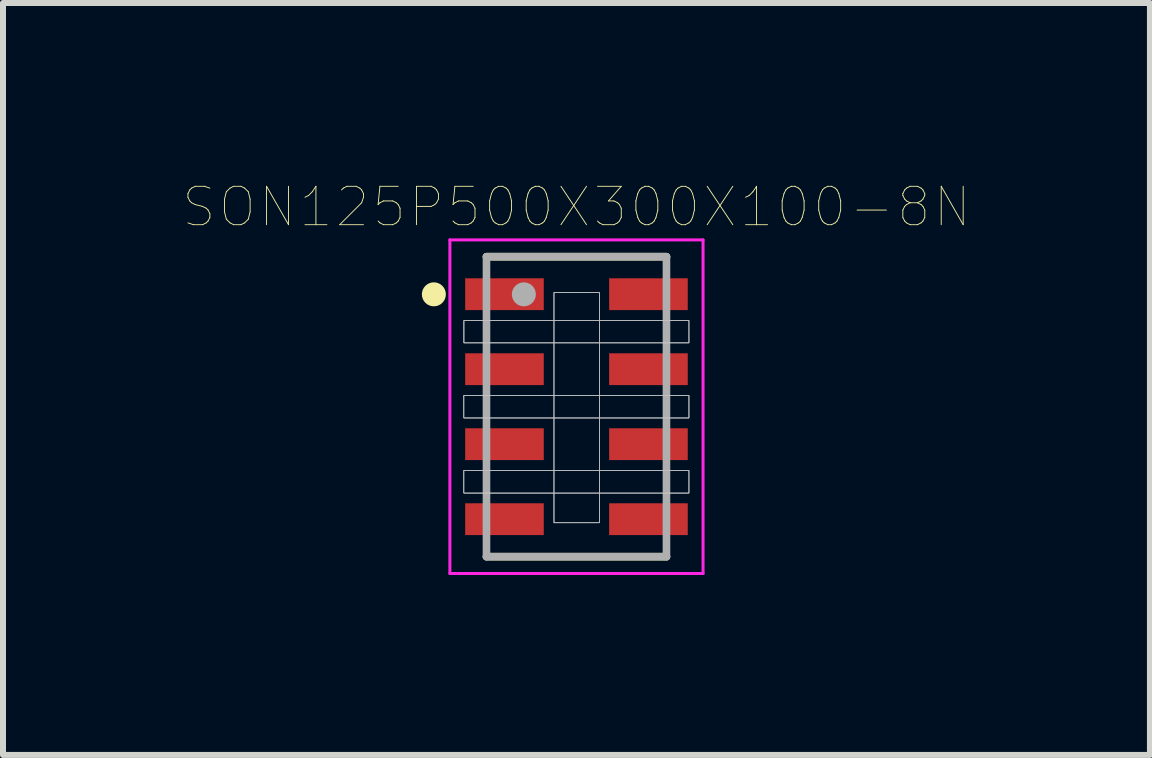
<source format=kicad_pcb>
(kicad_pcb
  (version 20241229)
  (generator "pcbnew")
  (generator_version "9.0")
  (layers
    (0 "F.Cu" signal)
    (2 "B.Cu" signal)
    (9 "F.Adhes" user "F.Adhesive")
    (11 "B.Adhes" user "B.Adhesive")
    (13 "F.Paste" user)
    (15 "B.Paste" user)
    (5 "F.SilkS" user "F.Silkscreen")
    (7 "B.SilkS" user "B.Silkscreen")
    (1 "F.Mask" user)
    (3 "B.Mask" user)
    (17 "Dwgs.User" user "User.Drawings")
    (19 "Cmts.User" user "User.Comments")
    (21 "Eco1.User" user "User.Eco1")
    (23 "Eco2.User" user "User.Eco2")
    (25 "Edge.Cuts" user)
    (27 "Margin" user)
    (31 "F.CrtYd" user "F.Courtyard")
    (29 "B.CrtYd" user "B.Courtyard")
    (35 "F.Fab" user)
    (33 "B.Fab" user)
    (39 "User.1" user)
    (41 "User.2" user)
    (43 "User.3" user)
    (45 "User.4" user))
  (footprint "SON125P500X300X100-8N"
    (layer "F.Cu")
    (at 6.559 3.729)
    (property "Reference" "SON125P500X300X100-8N" (at 0.000005 -3.329 0) (layer "F.SilkS") (effects (font (size 0.64 0.64) (thickness 0.015))))
    (attr through_hole)
    (fp_line (start -1.5 -2.5) (end 1.5 -2.5) (stroke (width 0.127) (type solid)) (layer "F.SilkS"))
    (fp_line (start -1.5 2.5) (end 1.5 2.5) (stroke (width 0.127) (type solid)) (layer "F.SilkS"))
    (fp_circle (center -2.377 -1.873) (end -2.277 -1.873) (stroke (width 0.2) (type solid)) (fill no) (layer "F.SilkS"))
    (fp_poly (pts (xy -1.878 -0.188) (xy 1.875 -0.188) (xy 1.875 0.188) (xy -1.878 0.188)) (stroke (width 0.01) (type solid)) (fill no) (layer "Dwgs.User"))
    (fp_poly (pts (xy -1.878 1.062) (xy 1.875 1.062) (xy 1.875 1.44) (xy -1.878 1.44)) (stroke (width 0.01) (type solid)) (fill no) (layer "Dwgs.User"))
    (fp_poly (pts (xy -1.878 -0.188) (xy 1.875 -0.188) (xy 1.875 0.188) (xy -1.878 0.188)) (stroke (width 0.01) (type solid)) (fill no) (layer "Dwgs.User"))
    (fp_poly (pts (xy -1.878 1.062) (xy 1.875 1.062) (xy 1.875 1.44) (xy -1.878 1.44)) (stroke (width 0.01) (type solid)) (fill no) (layer "Dwgs.User"))
    (fp_poly (pts (xy -1.878 -1.438) (xy 1.875 -1.438) (xy 1.875 -1.064) (xy -1.878 -1.064)) (stroke (width 0.01) (type solid)) (fill no) (layer "Dwgs.User"))
    (fp_poly (pts (xy -1.877 1.062) (xy 1.875 1.062) (xy 1.875 1.439) (xy -1.877 1.439)) (stroke (width 0.01) (type solid)) (fill no) (layer "Dwgs.User"))
    (fp_poly (pts (xy -1.877 -0.188) (xy 1.875 -0.188) (xy 1.875 0.188) (xy -1.877 0.188)) (stroke (width 0.01) (type solid)) (fill no) (layer "Dwgs.User"))
    (fp_poly (pts (xy -1.876 -1.438) (xy 1.875 -1.438) (xy 1.875 -1.063) (xy -1.876 -1.063)) (stroke (width 0.01) (type solid)) (fill no) (layer "Dwgs.User"))
    (fp_poly (pts (xy -1.875 -1.438) (xy 1.875 -1.438) (xy 1.875 -1.063) (xy -1.875 -1.063)) (stroke (width 0.01) (type solid)) (fill no) (layer "Dwgs.User"))
    (fp_poly (pts (xy -0.375 -1.905) (xy 0.381 -1.905) (xy 0.381 1.935) (xy -0.375 1.935)) (stroke (width 0.01) (type solid)) (fill no) (layer "Dwgs.User"))
    (fp_poly (pts (xy -0.375 -1.905) (xy 0.381 -1.905) (xy 0.381 1.935) (xy -0.375 1.935)) (stroke (width 0.01) (type solid)) (fill no) (layer "Dwgs.User"))
    (fp_poly (pts (xy -0.375 -1.905) (xy 0.381 -1.905) (xy 0.381 1.935) (xy -0.375 1.935)) (stroke (width 0.01) (type solid)) (fill no) (layer "Dwgs.User"))
    (fp_line (start -2.11 -2.78) (end -2.11 2.78) (stroke (width 0.05) (type solid)) (layer "F.CrtYd"))
    (fp_line (start -2.11 2.78) (end 2.11 2.78) (stroke (width 0.05) (type solid)) (layer "F.CrtYd"))
    (fp_line (start 2.11 -2.78) (end -2.11 -2.78) (stroke (width 0.05) (type solid)) (layer "F.CrtYd"))
    (fp_line (start 2.11 2.78) (end 2.11 -2.78) (stroke (width 0.05) (type solid)) (layer "F.CrtYd"))
    (fp_line (start -1.5 -2.5) (end -1.5 2.5) (stroke (width 0.127) (type solid)) (layer "F.Fab"))
    (fp_line (start -1.5 2.5) (end 1.5 2.5) (stroke (width 0.127) (type solid)) (layer "F.Fab"))
    (fp_line (start 1.5 -2.5) (end -1.5 -2.5) (stroke (width 0.127) (type solid)) (layer "F.Fab"))
    (fp_line (start 1.5 2.5) (end 1.5 -2.5) (stroke (width 0.127) (type solid)) (layer "F.Fab"))
    (fp_circle (center -0.877 -1.873) (end -0.777 -1.873) (stroke (width 0.2) (type solid)) (fill no) (layer "F.Fab"))
    (pad "1" smd rect (at -1.2 -1.875) (size 1.31 0.53) (layers "F.Cu" "F.Mask" "F.Paste"))
    (pad "2" smd rect (at -1.2 -0.625) (size 1.31 0.53) (layers "F.Cu" "F.Mask" "F.Paste"))
    (pad "3" smd rect (at -1.2 0.625) (size 1.31 0.53) (layers "F.Cu" "F.Mask" "F.Paste"))
    (pad "4" smd rect (at -1.2 1.875) (size 1.31 0.53) (layers "F.Cu" "F.Mask" "F.Paste"))
    (pad "5" smd rect (at 1.2 1.875) (size 1.31 0.53) (layers "F.Cu" "F.Mask" "F.Paste"))
    (pad "6" smd rect (at 1.2 0.625) (size 1.31 0.53) (layers "F.Cu" "F.Mask" "F.Paste"))
    (pad "7" smd rect (at 1.2 -0.625) (size 1.31 0.53) (layers "F.Cu" "F.Mask" "F.Paste"))
    (pad "8" smd rect (at 1.2 -1.875) (size 1.31 0.53) (layers "F.Cu" "F.Mask" "F.Paste")))
  (gr_rect
    (start -3 -3)
    (end 16.118 9.534)
    (stroke (width 0.1) (type default))
    (fill no)
    (layer "Edge.Cuts")))
</source>
